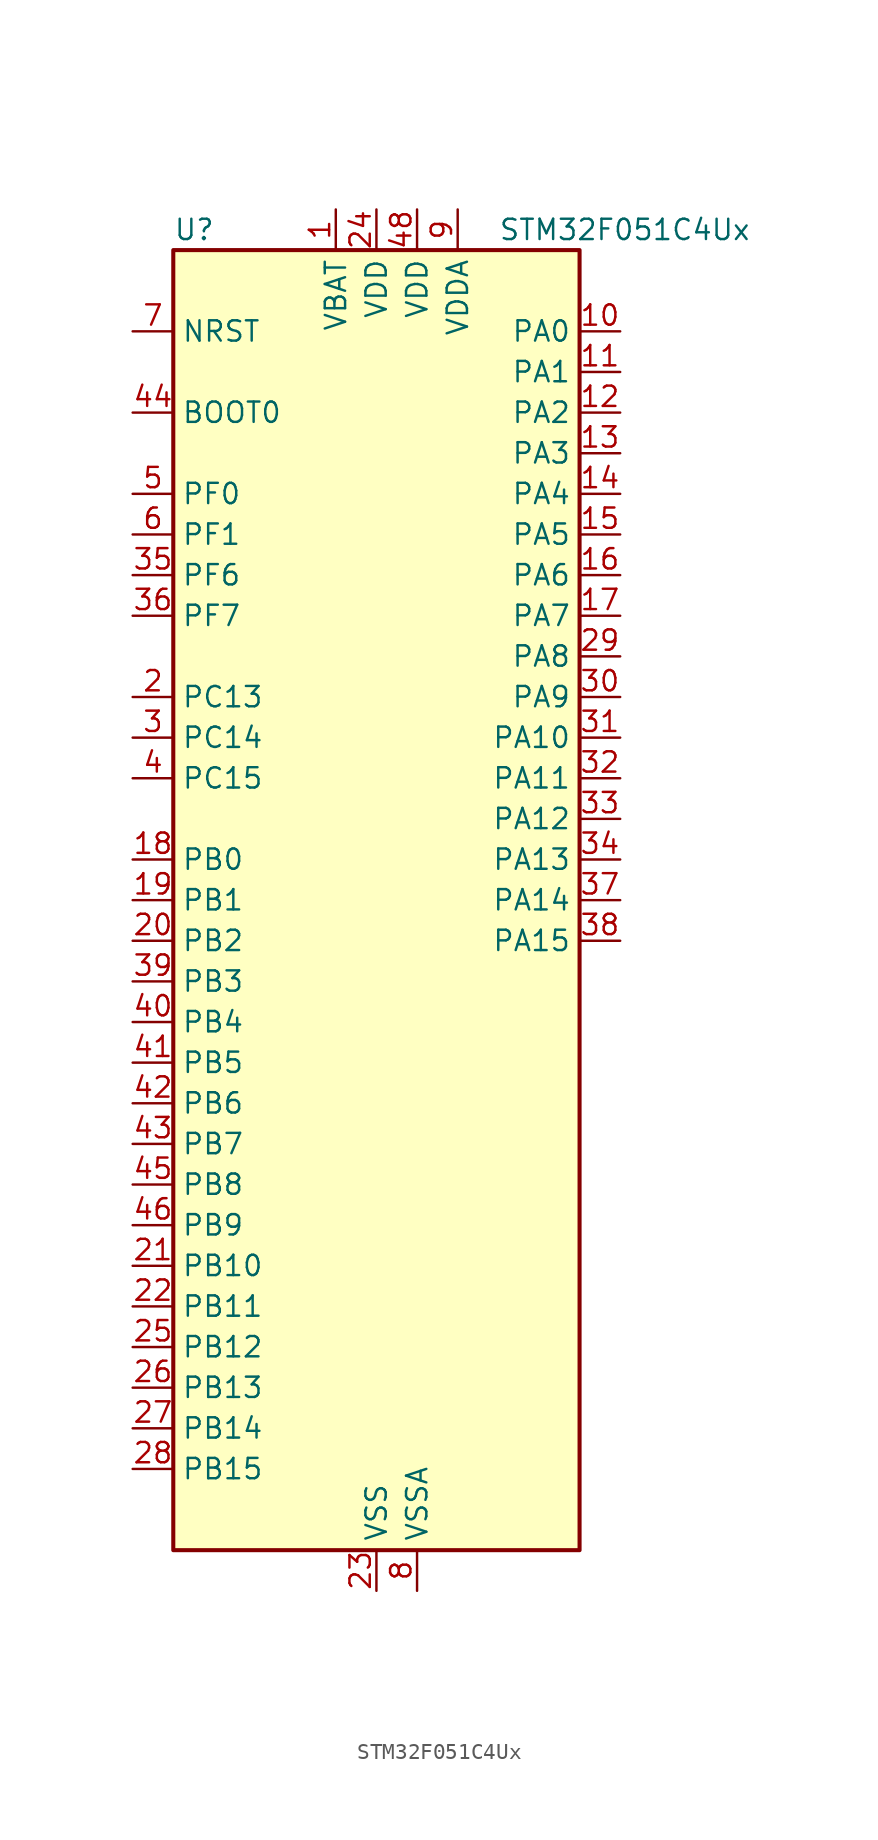
<source format=kicad_sym>
(kicad_symbol_lib
  (version 20241209)
  (generator "kicad_symbol_editor")
  (generator_version "9.0")
  (symbol "STM32F051C4Ux"
    (property "Reference" "U"
      (at -12.7 41.91 0)
      (effects (font (size 1.27 1.27)) (justify left)))
    (property "Value" "STM32F051C4Ux"
      (at 7.62 41.91 0)
      (effects (font (size 1.27 1.27)) (justify left)))
    (symbol "STM32F051C4Ux_0_1"
      (rectangle (start -12.7 -40.64) (end 12.7 40.64) (stroke (width 0.254) (type default)) (fill (type background))))
    (symbol "STM32F051C4Ux_1_1"
      (pin input line (at -15.24 35.56 0) (length 2.54) (name "NRST" (effects (font (size 1.27 1.27)))) (number "7" (effects (font (size 1.27 1.27)))))
      (pin input line (at -15.24 30.48 0) (length 2.54) (name "BOOT0" (effects (font (size 1.27 1.27)))) (number "44" (effects (font (size 1.27 1.27)))))
      (pin bidirectional line (at -15.24 25.4 0) (length 2.54) (name "PF0" (effects (font (size 1.27 1.27)))) (number "5" (effects (font (size 1.27 1.27)))) (alternate "RCC_OSC_IN" bidirectional line))
      (pin bidirectional line (at -15.24 22.86 0) (length 2.54) (name "PF1" (effects (font (size 1.27 1.27)))) (number "6" (effects (font (size 1.27 1.27)))) (alternate "RCC_OSC_OUT" bidirectional line))
      (pin bidirectional line (at -15.24 20.32 0) (length 2.54) (name "PF6" (effects (font (size 1.27 1.27)))) (number "35" (effects (font (size 1.27 1.27)))))
      (pin bidirectional line (at -15.24 17.78 0) (length 2.54) (name "PF7" (effects (font (size 1.27 1.27)))) (number "36" (effects (font (size 1.27 1.27)))))
      (pin bidirectional line (at -15.24 12.7 0) (length 2.54) (name "PC13" (effects (font (size 1.27 1.27)))) (number "2" (effects (font (size 1.27 1.27)))) (alternate "RTC_OUT_ALARM" bidirectional line) (alternate "RTC_OUT_CALIB" bidirectional line) (alternate "RTC_TAMP1" bidirectional line) (alternate "RTC_TS" bidirectional line) (alternate "SYS_WKUP2" bidirectional line))
      (pin bidirectional line (at -15.24 10.16 0) (length 2.54) (name "PC14" (effects (font (size 1.27 1.27)))) (number "3" (effects (font (size 1.27 1.27)))) (alternate "RCC_OSC32_IN" bidirectional line))
      (pin bidirectional line (at -15.24 7.62 0) (length 2.54) (name "PC15" (effects (font (size 1.27 1.27)))) (number "4" (effects (font (size 1.27 1.27)))) (alternate "RCC_OSC32_OUT" bidirectional line))
      (pin bidirectional line (at -15.24 2.54 0) (length 2.54) (name "PB0" (effects (font (size 1.27 1.27)))) (number "18" (effects (font (size 1.27 1.27)))) (alternate "ADC_IN8" bidirectional line) (alternate "TIM1_CH2N" bidirectional line) (alternate "TIM3_CH3" bidirectional line) (alternate "TSC_G3_IO2" bidirectional line))
      (pin bidirectional line (at -15.24 0 0) (length 2.54) (name "PB1" (effects (font (size 1.27 1.27)))) (number "19" (effects (font (size 1.27 1.27)))) (alternate "ADC_IN9" bidirectional line) (alternate "TIM14_CH1" bidirectional line) (alternate "TIM1_CH3N" bidirectional line) (alternate "TIM3_CH4" bidirectional line) (alternate "TSC_G3_IO3" bidirectional line))
      (pin bidirectional line (at -15.24 -2.54 0) (length 2.54) (name "PB2" (effects (font (size 1.27 1.27)))) (number "20" (effects (font (size 1.27 1.27)))) (alternate "TSC_G3_IO4" bidirectional line))
      (pin bidirectional line (at -15.24 -5.08 0) (length 2.54) (name "PB3" (effects (font (size 1.27 1.27)))) (number "39" (effects (font (size 1.27 1.27)))) (alternate "I2S1_CK" bidirectional line) (alternate "SPI1_SCK" bidirectional line) (alternate "TIM2_CH2" bidirectional line) (alternate "TSC_G5_IO1" bidirectional line))
      (pin bidirectional line (at -15.24 -7.62 0) (length 2.54) (name "PB4" (effects (font (size 1.27 1.27)))) (number "40" (effects (font (size 1.27 1.27)))) (alternate "I2S1_MCK" bidirectional line) (alternate "SPI1_MISO" bidirectional line) (alternate "TIM3_CH1" bidirectional line) (alternate "TSC_G5_IO2" bidirectional line))
      (pin bidirectional line (at -15.24 -10.16 0) (length 2.54) (name "PB5" (effects (font (size 1.27 1.27)))) (number "41" (effects (font (size 1.27 1.27)))) (alternate "I2C1_SMBA" bidirectional line) (alternate "I2S1_SD" bidirectional line) (alternate "SPI1_MOSI" bidirectional line) (alternate "TIM16_BKIN" bidirectional line) (alternate "TIM3_CH2" bidirectional line))
      (pin bidirectional line (at -15.24 -12.7 0) (length 2.54) (name "PB6" (effects (font (size 1.27 1.27)))) (number "42" (effects (font (size 1.27 1.27)))) (alternate "I2C1_SCL" bidirectional line) (alternate "TIM16_CH1N" bidirectional line) (alternate "TSC_G5_IO3" bidirectional line) (alternate "USART1_TX" bidirectional line))
      (pin bidirectional line (at -15.24 -15.24 0) (length 2.54) (name "PB7" (effects (font (size 1.27 1.27)))) (number "43" (effects (font (size 1.27 1.27)))) (alternate "I2C1_SDA" bidirectional line) (alternate "TIM17_CH1N" bidirectional line) (alternate "TSC_G5_IO4" bidirectional line) (alternate "USART1_RX" bidirectional line))
      (pin bidirectional line (at -15.24 -17.78 0) (length 2.54) (name "PB8" (effects (font (size 1.27 1.27)))) (number "45" (effects (font (size 1.27 1.27)))) (alternate "CEC" bidirectional line) (alternate "I2C1_SCL" bidirectional line) (alternate "TIM16_CH1" bidirectional line) (alternate "TSC_SYNC" bidirectional line))
      (pin bidirectional line (at -15.24 -20.32 0) (length 2.54) (name "PB9" (effects (font (size 1.27 1.27)))) (number "46" (effects (font (size 1.27 1.27)))) (alternate "DAC1_EXTI9" bidirectional line) (alternate "I2C1_SDA" bidirectional line) (alternate "IR_OUT" bidirectional line) (alternate "TIM17_CH1" bidirectional line))
      (pin bidirectional line (at -15.24 -22.86 0) (length 2.54) (name "PB10" (effects (font (size 1.27 1.27)))) (number "21" (effects (font (size 1.27 1.27)))) (alternate "CEC" bidirectional line) (alternate "TIM2_CH3" bidirectional line) (alternate "TSC_SYNC" bidirectional line))
      (pin bidirectional line (at -15.24 -25.4 0) (length 2.54) (name "PB11" (effects (font (size 1.27 1.27)))) (number "22" (effects (font (size 1.27 1.27)))) (alternate "TIM2_CH4" bidirectional line) (alternate "TSC_G6_IO1" bidirectional line))
      (pin bidirectional line (at -15.24 -27.94 0) (length 2.54) (name "PB12" (effects (font (size 1.27 1.27)))) (number "25" (effects (font (size 1.27 1.27)))) (alternate "TIM1_BKIN" bidirectional line) (alternate "TSC_G6_IO2" bidirectional line))
      (pin bidirectional line (at -15.24 -30.48 0) (length 2.54) (name "PB13" (effects (font (size 1.27 1.27)))) (number "26" (effects (font (size 1.27 1.27)))) (alternate "TIM1_CH1N" bidirectional line) (alternate "TSC_G6_IO3" bidirectional line))
      (pin bidirectional line (at -15.24 -33.02 0) (length 2.54) (name "PB14" (effects (font (size 1.27 1.27)))) (number "27" (effects (font (size 1.27 1.27)))) (alternate "TIM15_CH1" bidirectional line) (alternate "TIM1_CH2N" bidirectional line) (alternate "TSC_G6_IO4" bidirectional line))
      (pin bidirectional line (at -15.24 -35.56 0) (length 2.54) (name "PB15" (effects (font (size 1.27 1.27)))) (number "28" (effects (font (size 1.27 1.27)))) (alternate "RTC_REFIN" bidirectional line) (alternate "TIM15_CH1N" bidirectional line) (alternate "TIM15_CH2" bidirectional line) (alternate "TIM1_CH3N" bidirectional line))
      (pin power_in line (at -2.54 43.18 270) (length 2.54) (name "VBAT" (effects (font (size 1.27 1.27)))) (number "1" (effects (font (size 1.27 1.27)))))
      (pin power_in line (at 0 43.18 270) (length 2.54) (name "VDD" (effects (font (size 1.27 1.27)))) (number "24" (effects (font (size 1.27 1.27)))))
      (pin power_in line (at 0 -43.18 90) (length 2.54) (name "VSS" (effects (font (size 1.27 1.27)))) (number "23" (effects (font (size 1.27 1.27)))))
      (pin passive line (at 0 -43.18 90) (length 2.54) (hide yes) (name "VSS" (effects (font (size 1.27 1.27)))) (number "47" (effects (font (size 1.27 1.27)))))
      (pin passive line (at 0 -43.18 90) (length 2.54) (hide yes) (name "VSS" (effects (font (size 1.27 1.27)))) (number "49" (effects (font (size 1.27 1.27)))))
      (pin power_in line (at 2.54 43.18 270) (length 2.54) (name "VDD" (effects (font (size 1.27 1.27)))) (number "48" (effects (font (size 1.27 1.27)))))
      (pin power_in line (at 2.54 -43.18 90) (length 2.54) (name "VSSA" (effects (font (size 1.27 1.27)))) (number "8" (effects (font (size 1.27 1.27)))))
      (pin power_in line (at 5.08 43.18 270) (length 2.54) (name "VDDA" (effects (font (size 1.27 1.27)))) (number "9" (effects (font (size 1.27 1.27)))))
      (pin bidirectional line (at 15.24 35.56 180) (length 2.54) (name "PA0" (effects (font (size 1.27 1.27)))) (number "10" (effects (font (size 1.27 1.27)))) (alternate "ADC_IN0" bidirectional line) (alternate "COMP1_INM" bidirectional line) (alternate "COMP1_OUT" bidirectional line) (alternate "RTC_TAMP2" bidirectional line) (alternate "SYS_WKUP1" bidirectional line) (alternate "TIM2_CH1" bidirectional line) (alternate "TIM2_ETR" bidirectional line) (alternate "TSC_G1_IO1" bidirectional line))
      (pin bidirectional line (at 15.24 33.02 180) (length 2.54) (name "PA1" (effects (font (size 1.27 1.27)))) (number "11" (effects (font (size 1.27 1.27)))) (alternate "ADC_IN1" bidirectional line) (alternate "COMP1_INP" bidirectional line) (alternate "TIM2_CH2" bidirectional line) (alternate "TSC_G1_IO2" bidirectional line))
      (pin bidirectional line (at 15.24 30.48 180) (length 2.54) (name "PA2" (effects (font (size 1.27 1.27)))) (number "12" (effects (font (size 1.27 1.27)))) (alternate "ADC_IN2" bidirectional line) (alternate "COMP2_INM" bidirectional line) (alternate "COMP2_OUT" bidirectional line) (alternate "TIM15_CH1" bidirectional line) (alternate "TIM2_CH3" bidirectional line) (alternate "TSC_G1_IO3" bidirectional line))
      (pin bidirectional line (at 15.24 27.94 180) (length 2.54) (name "PA3" (effects (font (size 1.27 1.27)))) (number "13" (effects (font (size 1.27 1.27)))) (alternate "ADC_IN3" bidirectional line) (alternate "COMP2_INP" bidirectional line) (alternate "TIM15_CH2" bidirectional line) (alternate "TIM2_CH4" bidirectional line) (alternate "TSC_G1_IO4" bidirectional line))
      (pin bidirectional line (at 15.24 25.4 180) (length 2.54) (name "PA4" (effects (font (size 1.27 1.27)))) (number "14" (effects (font (size 1.27 1.27)))) (alternate "ADC_IN4" bidirectional line) (alternate "COMP1_INM" bidirectional line) (alternate "COMP2_INM" bidirectional line) (alternate "DAC1_OUT1" bidirectional line) (alternate "I2S1_WS" bidirectional line) (alternate "SPI1_NSS" bidirectional line) (alternate "TIM14_CH1" bidirectional line) (alternate "TSC_G2_IO1" bidirectional line))
      (pin bidirectional line (at 15.24 22.86 180) (length 2.54) (name "PA5" (effects (font (size 1.27 1.27)))) (number "15" (effects (font (size 1.27 1.27)))) (alternate "ADC_IN5" bidirectional line) (alternate "CEC" bidirectional line) (alternate "COMP1_INM" bidirectional line) (alternate "COMP2_INM" bidirectional line) (alternate "I2S1_CK" bidirectional line) (alternate "SPI1_SCK" bidirectional line) (alternate "TIM2_CH1" bidirectional line) (alternate "TIM2_ETR" bidirectional line) (alternate "TSC_G2_IO2" bidirectional line))
      (pin bidirectional line (at 15.24 20.32 180) (length 2.54) (name "PA6" (effects (font (size 1.27 1.27)))) (number "16" (effects (font (size 1.27 1.27)))) (alternate "ADC_IN6" bidirectional line) (alternate "COMP1_OUT" bidirectional line) (alternate "I2S1_MCK" bidirectional line) (alternate "SPI1_MISO" bidirectional line) (alternate "TIM16_CH1" bidirectional line) (alternate "TIM1_BKIN" bidirectional line) (alternate "TIM3_CH1" bidirectional line) (alternate "TSC_G2_IO3" bidirectional line))
      (pin bidirectional line (at 15.24 17.78 180) (length 2.54) (name "PA7" (effects (font (size 1.27 1.27)))) (number "17" (effects (font (size 1.27 1.27)))) (alternate "ADC_IN7" bidirectional line) (alternate "COMP2_OUT" bidirectional line) (alternate "I2S1_SD" bidirectional line) (alternate "SPI1_MOSI" bidirectional line) (alternate "TIM14_CH1" bidirectional line) (alternate "TIM17_CH1" bidirectional line) (alternate "TIM1_CH1N" bidirectional line) (alternate "TIM3_CH2" bidirectional line) (alternate "TSC_G2_IO4" bidirectional line))
      (pin bidirectional line (at 15.24 15.24 180) (length 2.54) (name "PA8" (effects (font (size 1.27 1.27)))) (number "29" (effects (font (size 1.27 1.27)))) (alternate "RCC_MCO" bidirectional line) (alternate "TIM1_CH1" bidirectional line) (alternate "USART1_CK" bidirectional line))
      (pin bidirectional line (at 15.24 12.7 180) (length 2.54) (name "PA9" (effects (font (size 1.27 1.27)))) (number "30" (effects (font (size 1.27 1.27)))) (alternate "DAC1_EXTI9" bidirectional line) (alternate "TIM15_BKIN" bidirectional line) (alternate "TIM1_CH2" bidirectional line) (alternate "TSC_G4_IO1" bidirectional line) (alternate "USART1_TX" bidirectional line))
      (pin bidirectional line (at 15.24 10.16 180) (length 2.54) (name "PA10" (effects (font (size 1.27 1.27)))) (number "31" (effects (font (size 1.27 1.27)))) (alternate "TIM17_BKIN" bidirectional line) (alternate "TIM1_CH3" bidirectional line) (alternate "TSC_G4_IO2" bidirectional line) (alternate "USART1_RX" bidirectional line))
      (pin bidirectional line (at 15.24 7.62 180) (length 2.54) (name "PA11" (effects (font (size 1.27 1.27)))) (number "32" (effects (font (size 1.27 1.27)))) (alternate "COMP1_OUT" bidirectional line) (alternate "TIM1_CH4" bidirectional line) (alternate "TSC_G4_IO3" bidirectional line) (alternate "USART1_CTS" bidirectional line))
      (pin bidirectional line (at 15.24 5.08 180) (length 2.54) (name "PA12" (effects (font (size 1.27 1.27)))) (number "33" (effects (font (size 1.27 1.27)))) (alternate "COMP2_OUT" bidirectional line) (alternate "TIM1_ETR" bidirectional line) (alternate "TSC_G4_IO4" bidirectional line) (alternate "USART1_DE" bidirectional line) (alternate "USART1_RTS" bidirectional line))
      (pin bidirectional line (at 15.24 2.54 180) (length 2.54) (name "PA13" (effects (font (size 1.27 1.27)))) (number "34" (effects (font (size 1.27 1.27)))) (alternate "IR_OUT" bidirectional line) (alternate "SYS_SWDIO" bidirectional line))
      (pin bidirectional line (at 15.24 0 180) (length 2.54) (name "PA14" (effects (font (size 1.27 1.27)))) (number "37" (effects (font (size 1.27 1.27)))) (alternate "SYS_SWCLK" bidirectional line))
      (pin bidirectional line (at 15.24 -2.54 180) (length 2.54) (name "PA15" (effects (font (size 1.27 1.27)))) (number "38" (effects (font (size 1.27 1.27)))) (alternate "I2S1_WS" bidirectional line) (alternate "SPI1_NSS" bidirectional line) (alternate "TIM2_CH1" bidirectional line) (alternate "TIM2_ETR" bidirectional line)))))
</source>
